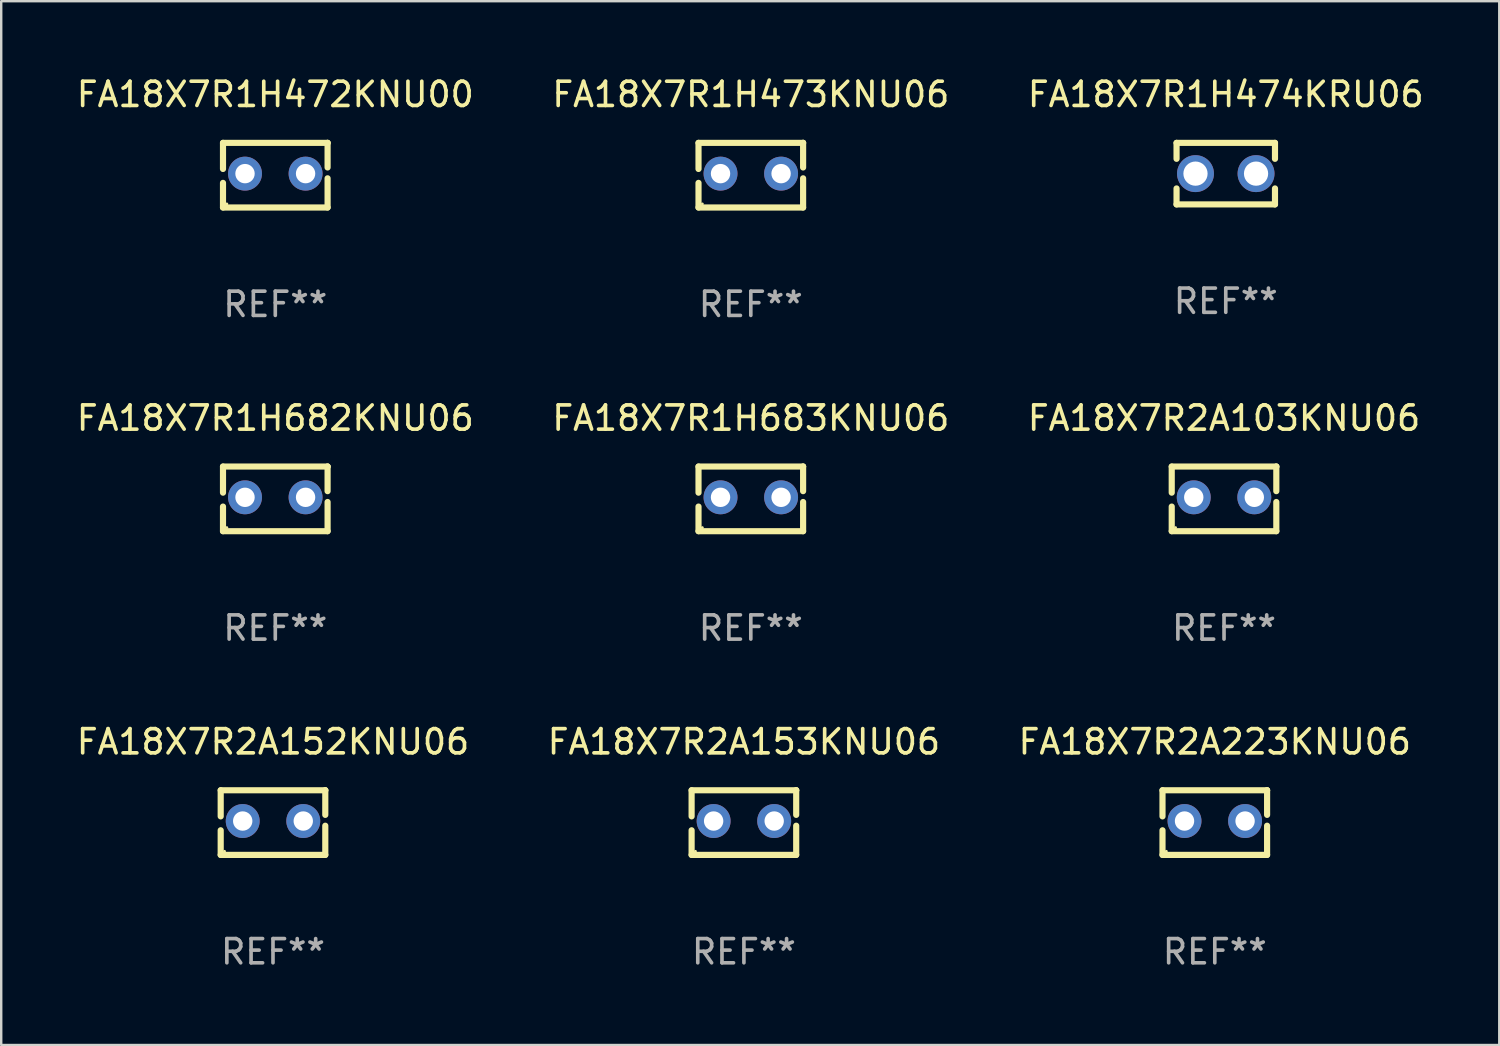
<source format=kicad_pcb>
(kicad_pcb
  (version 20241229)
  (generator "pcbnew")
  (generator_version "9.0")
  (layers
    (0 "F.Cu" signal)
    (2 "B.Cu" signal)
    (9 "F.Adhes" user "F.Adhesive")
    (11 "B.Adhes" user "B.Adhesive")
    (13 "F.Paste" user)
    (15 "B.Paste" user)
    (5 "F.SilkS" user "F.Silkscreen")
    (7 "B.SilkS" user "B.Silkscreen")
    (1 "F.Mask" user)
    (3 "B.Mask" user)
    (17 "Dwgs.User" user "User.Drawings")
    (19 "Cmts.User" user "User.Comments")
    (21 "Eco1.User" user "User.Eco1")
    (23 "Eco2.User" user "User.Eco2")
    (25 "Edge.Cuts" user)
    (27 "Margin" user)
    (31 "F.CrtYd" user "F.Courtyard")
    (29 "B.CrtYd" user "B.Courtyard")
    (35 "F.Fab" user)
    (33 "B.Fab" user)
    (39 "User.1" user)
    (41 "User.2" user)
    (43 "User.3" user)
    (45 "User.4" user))
  (footprint "FA18X7R1H473KNU06"
    (layer "F.Cu")
    (at 27.946 4.182)
    (property "Reference" "FA18X7R1H473KNU06" (at 0 -3.334 0) (layer "F.SilkS") (effects (font (size 1 1) (thickness 0.15))))
    (attr through_hole)
    (fp_line (start -2.159 -1.334) (end 2.159 -1.334) (stroke (width 0.254) (type solid)) (layer "F.SilkS"))
    (fp_line (start -2.159 -0.256) (end -2.159 -1.334) (stroke (width 0.254) (type solid)) (layer "F.SilkS"))
    (fp_line (start -2.159 1.334) (end -2.159 0.318) (stroke (width 0.254) (type solid)) (layer "F.SilkS"))
    (fp_line (start 2.159 -1.334) (end 2.159 -1.334) (stroke (width 0.254) (type solid)) (layer "F.SilkS"))
    (fp_line (start 2.159 -1.334) (end 2.159 -0.318) (stroke (width 0.254) (type solid)) (layer "F.SilkS"))
    (fp_line (start 2.159 0.129) (end 2.159 1.334) (stroke (width 0.254) (type solid)) (layer "F.SilkS"))
    (fp_line (start 2.159 1.334) (end -2.159 1.334) (stroke (width 0.254) (type solid)) (layer "F.SilkS"))
    (fp_circle (center -2 1.186) (end -1.97 1.186) (stroke (width 0.06) (type solid)) (fill no) (layer "F.SilkS"))
    (fp_text user "REF**" (at 0 5.334 0) (layer "F.Fab") (effects (font (size 1 1) (thickness 0.15))))
    (pad "1" thru_hole circle (at -1.25 -0.064) (size 1.4 1.4) (drill 0.8) (layers "*.Cu" "*.Mask"))
    (pad "2" thru_hole circle (at 1.25 -0.064) (size 1.4 1.4) (drill 0.8) (layers "*.Cu" "*.Mask")))
  (footprint "FA18X7R1H682KNU06"
    (layer "F.Cu")
    (at 8.315 17.545)
    (property "Reference" "FA18X7R1H682KNU06" (at 0 -3.334 0) (layer "F.SilkS") (effects (font (size 1 1) (thickness 0.15))))
    (attr through_hole)
    (fp_line (start -2.159 -1.334) (end 2.159 -1.334) (stroke (width 0.254) (type solid)) (layer "F.SilkS"))
    (fp_line (start -2.159 -0.256) (end -2.159 -1.334) (stroke (width 0.254) (type solid)) (layer "F.SilkS"))
    (fp_line (start -2.159 1.334) (end -2.159 0.318) (stroke (width 0.254) (type solid)) (layer "F.SilkS"))
    (fp_line (start 2.159 -1.334) (end 2.159 -1.334) (stroke (width 0.254) (type solid)) (layer "F.SilkS"))
    (fp_line (start 2.159 -1.334) (end 2.159 -0.318) (stroke (width 0.254) (type solid)) (layer "F.SilkS"))
    (fp_line (start 2.159 0.129) (end 2.159 1.334) (stroke (width 0.254) (type solid)) (layer "F.SilkS"))
    (fp_line (start 2.159 1.334) (end -2.159 1.334) (stroke (width 0.254) (type solid)) (layer "F.SilkS"))
    (fp_circle (center -2 1.186) (end -1.97 1.186) (stroke (width 0.06) (type solid)) (fill no) (layer "F.SilkS"))
    (fp_text user "REF**" (at 0 5.334 0) (layer "F.Fab") (effects (font (size 1 1) (thickness 0.15))))
    (pad "1" thru_hole circle (at -1.25 -0.064) (size 1.4 1.4) (drill 0.8) (layers "*.Cu" "*.Mask"))
    (pad "2" thru_hole circle (at 1.25 -0.064) (size 1.4 1.4) (drill 0.8) (layers "*.Cu" "*.Mask")))
  (footprint "FA18X7R1H472KNU00"
    (layer "F.Cu")
    (at 8.315 4.182)
    (property "Reference" "FA18X7R1H472KNU00" (at 0 -3.334 0) (layer "F.SilkS") (effects (font (size 1 1) (thickness 0.15))))
    (attr through_hole)
    (fp_line (start -2.159 -1.334) (end 2.159 -1.334) (stroke (width 0.254) (type solid)) (layer "F.SilkS"))
    (fp_line (start -2.159 -0.256) (end -2.159 -1.334) (stroke (width 0.254) (type solid)) (layer "F.SilkS"))
    (fp_line (start -2.159 1.334) (end -2.159 0.318) (stroke (width 0.254) (type solid)) (layer "F.SilkS"))
    (fp_line (start 2.159 -1.334) (end 2.159 -1.334) (stroke (width 0.254) (type solid)) (layer "F.SilkS"))
    (fp_line (start 2.159 -1.334) (end 2.159 -0.318) (stroke (width 0.254) (type solid)) (layer "F.SilkS"))
    (fp_line (start 2.159 0.129) (end 2.159 1.334) (stroke (width 0.254) (type solid)) (layer "F.SilkS"))
    (fp_line (start 2.159 1.334) (end -2.159 1.334) (stroke (width 0.254) (type solid)) (layer "F.SilkS"))
    (fp_circle (center -2 1.186) (end -1.97 1.186) (stroke (width 0.06) (type solid)) (fill no) (layer "F.SilkS"))
    (fp_text user "REF**" (at 0 5.334 0) (layer "F.Fab") (effects (font (size 1 1) (thickness 0.15))))
    (pad "1" thru_hole circle (at -1.25 -0.064) (size 1.4 1.4) (drill 0.8) (layers "*.Cu" "*.Mask"))
    (pad "2" thru_hole circle (at 1.25 -0.064) (size 1.4 1.4) (drill 0.8) (layers "*.Cu" "*.Mask")))
  (footprint "FA18X7R2A223KNU06"
    (layer "F.Cu")
    (at 47.101 30.909)
    (property "Reference" "FA18X7R2A223KNU06" (at 0 -3.334 0) (layer "F.SilkS") (effects (font (size 1 1) (thickness 0.15))))
    (attr through_hole)
    (fp_line (start -2.159 -1.334) (end 2.159 -1.334) (stroke (width 0.254) (type solid)) (layer "F.SilkS"))
    (fp_line (start -2.159 -0.256) (end -2.159 -1.334) (stroke (width 0.254) (type solid)) (layer "F.SilkS"))
    (fp_line (start -2.159 1.334) (end -2.159 0.318) (stroke (width 0.254) (type solid)) (layer "F.SilkS"))
    (fp_line (start 2.159 -1.334) (end 2.159 -1.334) (stroke (width 0.254) (type solid)) (layer "F.SilkS"))
    (fp_line (start 2.159 -1.334) (end 2.159 -0.318) (stroke (width 0.254) (type solid)) (layer "F.SilkS"))
    (fp_line (start 2.159 0.129) (end 2.159 1.334) (stroke (width 0.254) (type solid)) (layer "F.SilkS"))
    (fp_line (start 2.159 1.334) (end -2.159 1.334) (stroke (width 0.254) (type solid)) (layer "F.SilkS"))
    (fp_circle (center -2 1.186) (end -1.97 1.186) (stroke (width 0.06) (type solid)) (fill no) (layer "F.SilkS"))
    (fp_text user "REF**" (at 0 5.334 0) (layer "F.Fab") (effects (font (size 1 1) (thickness 0.15))))
    (pad "1" thru_hole circle (at -1.25 -0.064) (size 1.4 1.4) (drill 0.8) (layers "*.Cu" "*.Mask"))
    (pad "2" thru_hole circle (at 1.25 -0.064) (size 1.4 1.4) (drill 0.8) (layers "*.Cu" "*.Mask")))
  (footprint "FA18X7R2A103KNU06"
    (layer "F.Cu")
    (at 47.482 17.545)
    (property "Reference" "FA18X7R2A103KNU06" (at 0 -3.334 0) (layer "F.SilkS") (effects (font (size 1 1) (thickness 0.15))))
    (attr through_hole)
    (fp_line (start -2.159 -1.334) (end 2.159 -1.334) (stroke (width 0.254) (type solid)) (layer "F.SilkS"))
    (fp_line (start -2.159 -0.256) (end -2.159 -1.334) (stroke (width 0.254) (type solid)) (layer "F.SilkS"))
    (fp_line (start -2.159 1.334) (end -2.159 0.318) (stroke (width 0.254) (type solid)) (layer "F.SilkS"))
    (fp_line (start 2.159 -1.334) (end 2.159 -1.334) (stroke (width 0.254) (type solid)) (layer "F.SilkS"))
    (fp_line (start 2.159 -1.334) (end 2.159 -0.318) (stroke (width 0.254) (type solid)) (layer "F.SilkS"))
    (fp_line (start 2.159 0.129) (end 2.159 1.334) (stroke (width 0.254) (type solid)) (layer "F.SilkS"))
    (fp_line (start 2.159 1.334) (end -2.159 1.334) (stroke (width 0.254) (type solid)) (layer "F.SilkS"))
    (fp_circle (center -2 1.186) (end -1.97 1.186) (stroke (width 0.06) (type solid)) (fill no) (layer "F.SilkS"))
    (fp_text user "REF**" (at 0 5.334 0) (layer "F.Fab") (effects (font (size 1 1) (thickness 0.15))))
    (pad "1" thru_hole circle (at -1.25 -0.064) (size 1.4 1.4) (drill 0.8) (layers "*.Cu" "*.Mask"))
    (pad "2" thru_hole circle (at 1.25 -0.064) (size 1.4 1.4) (drill 0.8) (layers "*.Cu" "*.Mask")))
  (footprint "FA18X7R2A152KNU06"
    (layer "F.Cu")
    (at 8.22 30.909)
    (property "Reference" "FA18X7R2A152KNU06" (at 0 -3.334 0) (layer "F.SilkS") (effects (font (size 1 1) (thickness 0.15))))
    (attr through_hole)
    (fp_line (start -2.159 -1.334) (end 2.159 -1.334) (stroke (width 0.254) (type solid)) (layer "F.SilkS"))
    (fp_line (start -2.159 -0.256) (end -2.159 -1.334) (stroke (width 0.254) (type solid)) (layer "F.SilkS"))
    (fp_line (start -2.159 1.334) (end -2.159 0.318) (stroke (width 0.254) (type solid)) (layer "F.SilkS"))
    (fp_line (start 2.159 -1.334) (end 2.159 -1.334) (stroke (width 0.254) (type solid)) (layer "F.SilkS"))
    (fp_line (start 2.159 -1.334) (end 2.159 -0.318) (stroke (width 0.254) (type solid)) (layer "F.SilkS"))
    (fp_line (start 2.159 0.129) (end 2.159 1.334) (stroke (width 0.254) (type solid)) (layer "F.SilkS"))
    (fp_line (start 2.159 1.334) (end -2.159 1.334) (stroke (width 0.254) (type solid)) (layer "F.SilkS"))
    (fp_circle (center -2 1.186) (end -1.97 1.186) (stroke (width 0.06) (type solid)) (fill no) (layer "F.SilkS"))
    (fp_text user "REF**" (at 0 5.334 0) (layer "F.Fab") (effects (font (size 1 1) (thickness 0.15))))
    (pad "1" thru_hole circle (at -1.25 -0.064) (size 1.4 1.4) (drill 0.8) (layers "*.Cu" "*.Mask"))
    (pad "2" thru_hole circle (at 1.25 -0.064) (size 1.4 1.4) (drill 0.8) (layers "*.Cu" "*.Mask")))
  (footprint "FA18X7R1H683KNU06"
    (layer "F.Cu")
    (at 27.946 17.545)
    (property "Reference" "FA18X7R1H683KNU06" (at 0 -3.334 0) (layer "F.SilkS") (effects (font (size 1 1) (thickness 0.15))))
    (attr through_hole)
    (fp_line (start -2.159 -1.334) (end 2.159 -1.334) (stroke (width 0.254) (type solid)) (layer "F.SilkS"))
    (fp_line (start -2.159 -0.256) (end -2.159 -1.334) (stroke (width 0.254) (type solid)) (layer "F.SilkS"))
    (fp_line (start -2.159 1.334) (end -2.159 0.318) (stroke (width 0.254) (type solid)) (layer "F.SilkS"))
    (fp_line (start 2.159 -1.334) (end 2.159 -1.334) (stroke (width 0.254) (type solid)) (layer "F.SilkS"))
    (fp_line (start 2.159 -1.334) (end 2.159 -0.318) (stroke (width 0.254) (type solid)) (layer "F.SilkS"))
    (fp_line (start 2.159 0.129) (end 2.159 1.334) (stroke (width 0.254) (type solid)) (layer "F.SilkS"))
    (fp_line (start 2.159 1.334) (end -2.159 1.334) (stroke (width 0.254) (type solid)) (layer "F.SilkS"))
    (fp_circle (center -2 1.186) (end -1.97 1.186) (stroke (width 0.06) (type solid)) (fill no) (layer "F.SilkS"))
    (fp_text user "REF**" (at 0 5.334 0) (layer "F.Fab") (effects (font (size 1 1) (thickness 0.15))))
    (pad "1" thru_hole circle (at -1.25 -0.064) (size 1.4 1.4) (drill 0.8) (layers "*.Cu" "*.Mask"))
    (pad "2" thru_hole circle (at 1.25 -0.064) (size 1.4 1.4) (drill 0.8) (layers "*.Cu" "*.Mask")))
  (footprint "FA18X7R2A153KNU06"
    (layer "F.Cu")
    (at 27.661 30.909)
    (property "Reference" "FA18X7R2A153KNU06" (at 0 -3.334 0) (layer "F.SilkS") (effects (font (size 1 1) (thickness 0.15))))
    (attr through_hole)
    (fp_line (start -2.159 -1.334) (end 2.159 -1.334) (stroke (width 0.254) (type solid)) (layer "F.SilkS"))
    (fp_line (start -2.159 -0.256) (end -2.159 -1.334) (stroke (width 0.254) (type solid)) (layer "F.SilkS"))
    (fp_line (start -2.159 1.334) (end -2.159 0.318) (stroke (width 0.254) (type solid)) (layer "F.SilkS"))
    (fp_line (start 2.159 -1.334) (end 2.159 -1.334) (stroke (width 0.254) (type solid)) (layer "F.SilkS"))
    (fp_line (start 2.159 -1.334) (end 2.159 -0.318) (stroke (width 0.254) (type solid)) (layer "F.SilkS"))
    (fp_line (start 2.159 0.129) (end 2.159 1.334) (stroke (width 0.254) (type solid)) (layer "F.SilkS"))
    (fp_line (start 2.159 1.334) (end -2.159 1.334) (stroke (width 0.254) (type solid)) (layer "F.SilkS"))
    (fp_circle (center -2 1.186) (end -1.97 1.186) (stroke (width 0.06) (type solid)) (fill no) (layer "F.SilkS"))
    (fp_text user "REF**" (at 0 5.334 0) (layer "F.Fab") (effects (font (size 1 1) (thickness 0.15))))
    (pad "1" thru_hole circle (at -1.25 -0.064) (size 1.4 1.4) (drill 0.8) (layers "*.Cu" "*.Mask"))
    (pad "2" thru_hole circle (at 1.25 -0.064) (size 1.4 1.4) (drill 0.8) (layers "*.Cu" "*.Mask")))
  (footprint "FA18X7R1H474KRU06"
    (layer "F.Cu")
    (at 47.554 4.118)
    (property "Reference" "FA18X7R1H474KRU06" (at 0 -3.27 0) (layer "F.SilkS") (effects (font (size 1 1) (thickness 0.15))))
    (attr through_hole)
    (fp_line (start -2.032 -1.27) (end -2.032 -0.611) (stroke (width 0.254) (type solid)) (layer "F.SilkS"))
    (fp_line (start -2.032 0.611) (end -2.032 1.27) (stroke (width 0.254) (type solid)) (layer "F.SilkS"))
    (fp_line (start -2.032 1.27) (end 2.032 1.27) (stroke (width 0.254) (type solid)) (layer "F.SilkS"))
    (fp_line (start 2.032 -1.27) (end -2.032 -1.27) (stroke (width 0.254) (type solid)) (layer "F.SilkS"))
    (fp_line (start 2.032 -0.611) (end 2.032 -1.27) (stroke (width 0.254) (type solid)) (layer "F.SilkS"))
    (fp_line (start 2.032 1.27) (end 2.032 0.611) (stroke (width 0.254) (type solid)) (layer "F.SilkS"))
    (fp_circle (center -2 1.25) (end -1.97 1.25) (stroke (width 0.06) (type solid)) (fill no) (layer "F.SilkS"))
    (fp_text user "REF**" (at 0 5.27 0) (layer "F.Fab") (effects (font (size 1 1) (thickness 0.15))))
    (pad "1" thru_hole circle (at -1.25 0) (size 1.524 1.524) (drill 1) (layers "*.Cu" "*.Mask"))
    (pad "2" thru_hole circle (at 1.25 0) (size 1.524 1.524) (drill 1) (layers "*.Cu" "*.Mask")))
  (gr_rect
    (start -3 -3)
    (end 58.845 40.091)
    (stroke (width 0.1) (type default))
    (fill no)
    (layer "Edge.Cuts")))
</source>
